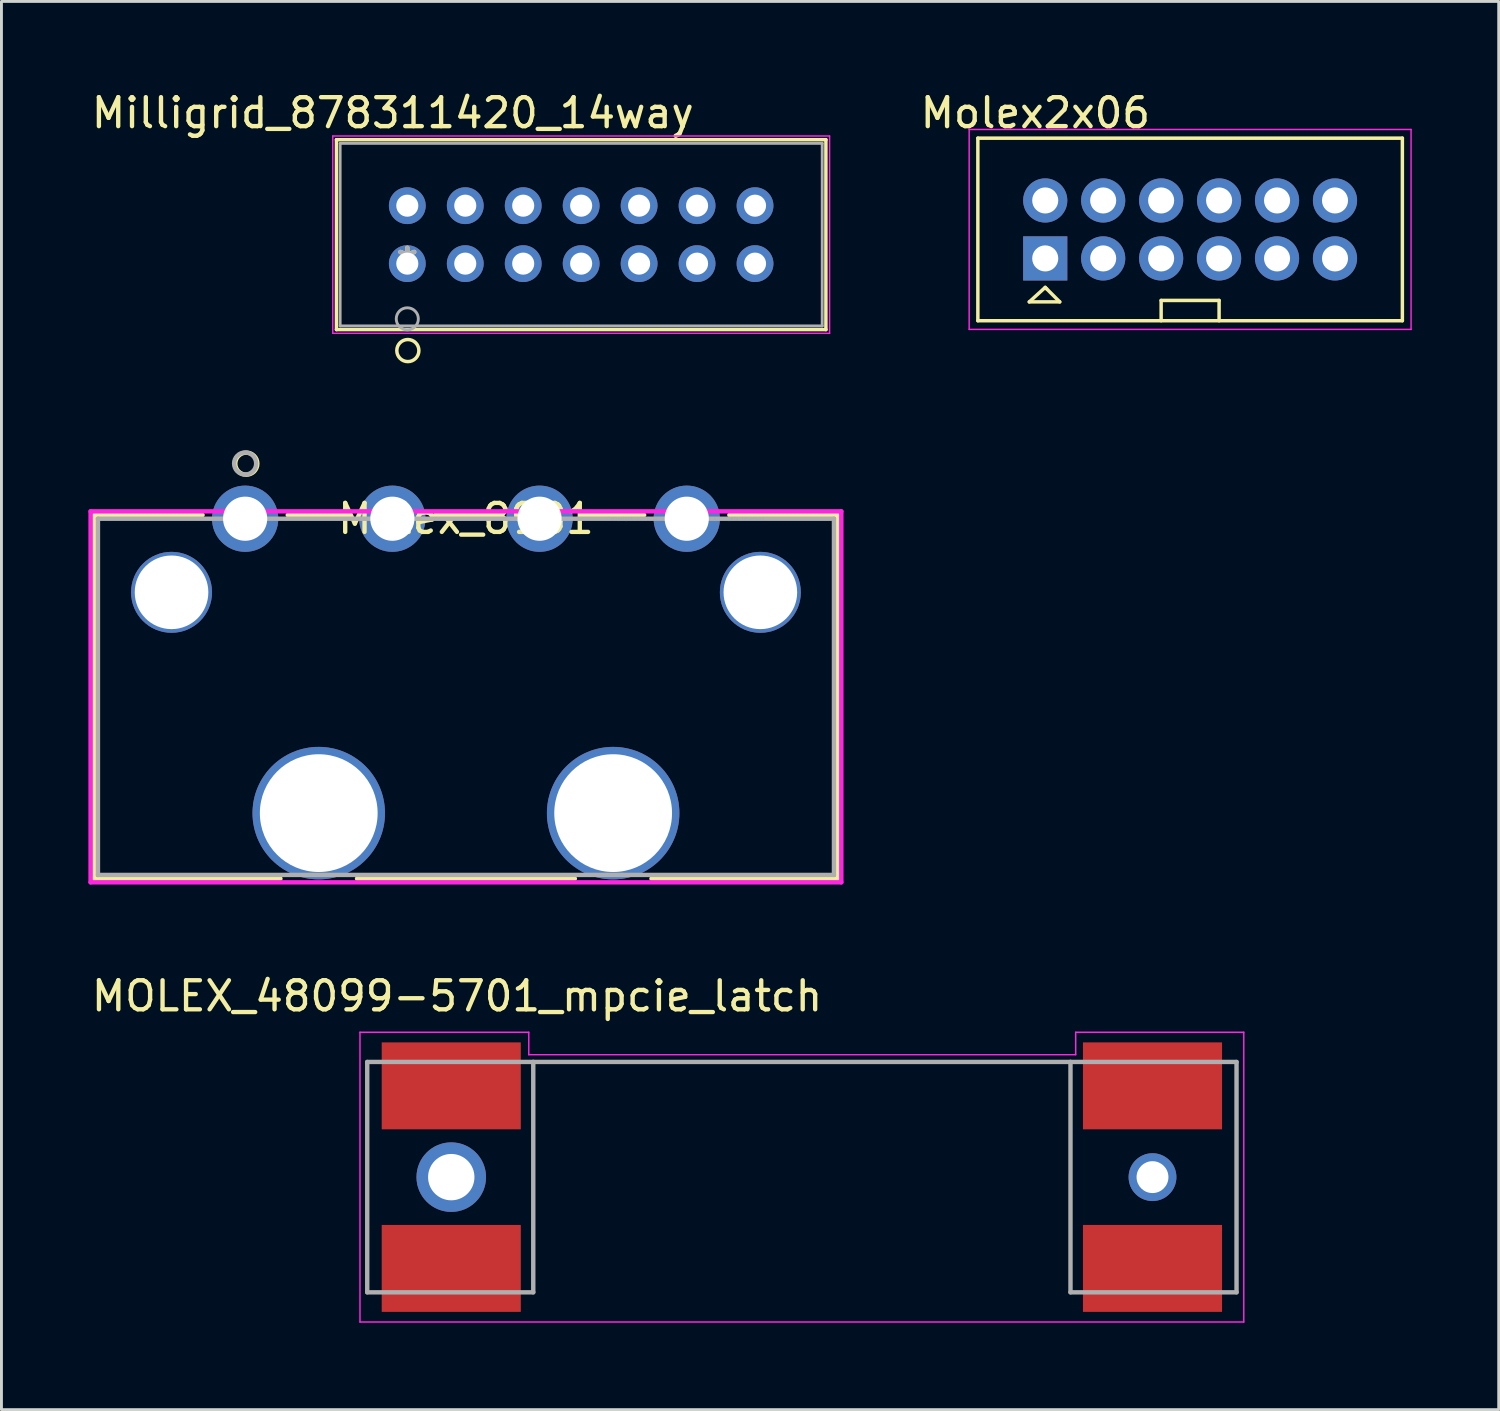
<source format=kicad_pcb>
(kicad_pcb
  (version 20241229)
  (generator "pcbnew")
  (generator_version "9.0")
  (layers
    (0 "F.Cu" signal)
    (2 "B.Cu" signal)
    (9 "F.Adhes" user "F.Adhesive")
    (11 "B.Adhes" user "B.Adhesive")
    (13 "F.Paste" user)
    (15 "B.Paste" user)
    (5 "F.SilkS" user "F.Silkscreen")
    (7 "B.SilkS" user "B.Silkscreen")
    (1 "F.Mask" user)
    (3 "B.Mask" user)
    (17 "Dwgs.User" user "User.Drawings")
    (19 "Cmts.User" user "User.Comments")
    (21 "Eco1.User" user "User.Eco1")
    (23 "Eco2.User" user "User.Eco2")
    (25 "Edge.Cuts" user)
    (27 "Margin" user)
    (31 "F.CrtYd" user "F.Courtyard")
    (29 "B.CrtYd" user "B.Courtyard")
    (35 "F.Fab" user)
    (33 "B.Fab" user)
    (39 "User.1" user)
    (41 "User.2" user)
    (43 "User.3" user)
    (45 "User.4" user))
  (footprint "Molex_8981"
    (layer "F.Cu")
    (at 20.65 14.851)
    (property "Reference" "Molex_8981" (at -7.62 0 0) (layer "F.SilkS") (effects (font (size 1 1) (thickness 0.15))))
    (attr through_hole)
    (fp_line (start -20.447 -0.127) (end -20.447 12.421) (stroke (width 0.152) (type solid)) (layer "F.SilkS"))
    (fp_line (start -20.447 12.421) (end -14.022 12.421) (stroke (width 0.152) (type solid)) (layer "F.SilkS"))
    (fp_line (start -16.71 -0.127) (end -20.447 -0.127) (stroke (width 0.152) (type solid)) (layer "F.SilkS"))
    (fp_line (start -11.63 -0.127) (end -13.77 -0.127) (stroke (width 0.152) (type solid)) (layer "F.SilkS"))
    (fp_line (start -11.378 12.421) (end -3.862 12.421) (stroke (width 0.152) (type solid)) (layer "F.SilkS"))
    (fp_line (start -6.55 -0.127) (end -8.69 -0.127) (stroke (width 0.152) (type solid)) (layer "F.SilkS"))
    (fp_line (start -1.47 -0.127) (end -3.61 -0.127) (stroke (width 0.152) (type solid)) (layer "F.SilkS"))
    (fp_line (start -1.218 12.421) (end 5.207 12.421) (stroke (width 0.152) (type solid)) (layer "F.SilkS"))
    (fp_line (start 5.207 -0.127) (end 1.47 -0.127) (stroke (width 0.152) (type solid)) (layer "F.SilkS"))
    (fp_line (start 5.207 12.421) (end 5.207 -0.127) (stroke (width 0.152) (type solid)) (layer "F.SilkS"))
    (fp_circle (center -15.2 -1.9) (end -14.819 -1.9) (stroke (width 0.152) (type solid)) (fill no) (layer "F.SilkS"))
    (fp_line (start -20.574 -0.254) (end -20.574 12.548) (stroke (width 0.152) (type solid)) (layer "F.CrtYd"))
    (fp_line (start -20.574 12.548) (end 5.334 12.548) (stroke (width 0.152) (type solid)) (layer "F.CrtYd"))
    (fp_line (start 5.334 -0.254) (end -20.574 -0.254) (stroke (width 0.152) (type solid)) (layer "F.CrtYd"))
    (fp_line (start 5.334 12.548) (end 5.334 -0.254) (stroke (width 0.152) (type solid)) (layer "F.CrtYd"))
    (fp_line (start -20.32 0) (end -20.32 12.294) (stroke (width 0.152) (type solid)) (layer "F.Fab"))
    (fp_line (start -20.32 12.294) (end 5.08 12.294) (stroke (width 0.152) (type solid)) (layer "F.Fab"))
    (fp_line (start 5.08 0) (end -20.32 0) (stroke (width 0.152) (type solid)) (layer "F.Fab"))
    (fp_line (start 5.08 12.294) (end 5.08 0) (stroke (width 0.152) (type solid)) (layer "F.Fab"))
    (fp_circle (center -15.24 -1.905) (end -14.859 -1.905) (stroke (width 0.152) (type solid)) (fill no) (layer "F.Fab"))
    (fp_text user "*" (at 0 0 0) (layer "F.SilkS") (effects (font (size 1 1) (thickness 0.15))))
    (fp_text user "Copyright 2016 Accelerated Designs. All rights reserved." (at 0 0 0) (layer "Cmts.User") (effects (font (size 0.127 0.127) (thickness 0.002))))
    (fp_text user "*" (at 0 0 0) (layer "F.Fab") (effects (font (size 1 1) (thickness 0.15))))
    (pad "1" thru_hole circle (at -15.24 0) (size 2.286 2.286) (drill 1.524) (layers "*.Cu" "*.Mask"))
    (pad "2" thru_hole circle (at -10.16 0) (size 2.286 2.286) (drill 1.524) (layers "*.Cu" "*.Mask"))
    (pad "3" thru_hole circle (at -5.08 0) (size 2.286 2.286) (drill 1.524) (layers "*.Cu" "*.Mask"))
    (pad "4" thru_hole circle (at 0 0) (size 2.286 2.286) (drill 1.524) (layers "*.Cu" "*.Mask"))
    (pad "5" thru_hole circle (at -17.78 2.54) (size 2.794 2.794) (drill 2.54) (layers "*.Cu" "*.Mask"))
    (pad "6" thru_hole circle (at 2.54 2.54) (size 2.794 2.794) (drill 2.54) (layers "*.Cu" "*.Mask"))
    (pad "7" thru_hole circle (at -12.7 10.16) (size 4.572 4.572) (drill 4.064) (layers "*.Cu" "*.Mask"))
    (pad "8" thru_hole circle (at -2.54 10.16) (size 4.572 4.572) (drill 4.064) (layers "*.Cu" "*.Mask")))
  (footprint "MOLEX_48099-5701_mpcie_latch"
    (layer "F.Cu")
    (at 24.623 37.573)
    (property "Reference" "MOLEX_48099-5701_mpcie_latch" (at -11.9 -6.248 0) (layer "F.SilkS") (effects (font (size 1.002 1.002) (thickness 0.15))))
    (attr through_hole)
    (fp_line (start -15.25 -5) (end -15.25 5) (stroke (width 0.05) (type solid)) (layer "F.CrtYd"))
    (fp_line (start -15.25 -5) (end -9.425 -5) (stroke (width 0.05) (type solid)) (layer "F.CrtYd"))
    (fp_line (start -15.25 5) (end 15.25 5) (stroke (width 0.05) (type solid)) (layer "F.CrtYd"))
    (fp_line (start -9.425 -5) (end -9.425 -4.225) (stroke (width 0.05) (type solid)) (layer "F.CrtYd"))
    (fp_line (start -9.425 -4.225) (end 9.45 -4.225) (stroke (width 0.05) (type solid)) (layer "F.CrtYd"))
    (fp_line (start 9.45 -5) (end 15.25 -5) (stroke (width 0.05) (type solid)) (layer "F.CrtYd"))
    (fp_line (start 9.45 -4.225) (end 9.45 -5) (stroke (width 0.05) (type solid)) (layer "F.CrtYd"))
    (fp_line (start 15.25 5) (end 15.25 -5) (stroke (width 0.05) (type solid)) (layer "F.CrtYd"))
    (fp_line (start -15 -3.975) (end -15 3.975) (stroke (width 0.152) (type solid)) (layer "F.Fab"))
    (fp_line (start -15 -3.975) (end -9.27 -3.975) (stroke (width 0.152) (type solid)) (layer "F.Fab"))
    (fp_line (start -15 3.975) (end -9.27 3.975) (stroke (width 0.152) (type solid)) (layer "F.Fab"))
    (fp_line (start -9.27 -3.975) (end 9.27 -3.975) (stroke (width 0.152) (type solid)) (layer "F.Fab"))
    (fp_line (start -9.27 3.975) (end -9.27 -3.975) (stroke (width 0.152) (type solid)) (layer "F.Fab"))
    (fp_line (start 9.27 -3.975) (end 15 -3.975) (stroke (width 0.152) (type solid)) (layer "F.Fab"))
    (fp_line (start 9.27 3.975) (end 9.27 -3.975) (stroke (width 0.152) (type solid)) (layer "F.Fab"))
    (fp_line (start 15 3.975) (end 9.27 3.975) (stroke (width 0.152) (type solid)) (layer "F.Fab"))
    (fp_line (start 15 3.975) (end 15 -3.975) (stroke (width 0.152) (type solid)) (layer "F.Fab"))
    (pad "1" smd rect (at -12.1 3.15) (size 4.8 3) (layers "F.Cu" "F.Mask" "F.Paste"))
    (pad "2" smd rect (at -12.1 -3.15) (size 4.8 3) (layers "F.Cu" "F.Mask" "F.Paste"))
    (pad "3" smd rect (at 12.1 3.15) (size 4.8 3) (layers "F.Cu" "F.Mask" "F.Paste"))
    (pad "4" smd rect (at 12.1 -3.15) (size 4.8 3) (layers "F.Cu" "F.Mask" "F.Paste"))
    (pad "5" thru_hole circle (at -12.1 0) (size 2.4 2.4) (drill 1.6) (layers "*.Cu" "*.Mask"))
    (pad "6" thru_hole circle (at 12.1 0) (size 1.65 1.65) (drill 1.1) (layers "*.Cu" "*.Mask")))
  (footprint "Milligrid_878311420_14way"
    (layer "F.Cu")
    (at 11.006 6.048)
    (property "Reference" "Milligrid_878311420_14way" (at -0.5 -5.2 0) (layer "F.SilkS") (effects (font (size 1 1) (thickness 0.15))))
    (attr through_hole)
    (fp_line (start -2.445 -4.277) (end -2.445 2.277) (stroke (width 0.12) (type solid)) (layer "F.SilkS"))
    (fp_line (start -2.445 2.277) (end 14.446 2.277) (stroke (width 0.12) (type solid)) (layer "F.SilkS"))
    (fp_line (start 14.446 -4.277) (end -2.445 -4.277) (stroke (width 0.12) (type solid)) (layer "F.SilkS"))
    (fp_line (start 14.446 2.277) (end 14.446 -4.277) (stroke (width 0.12) (type solid)) (layer "F.SilkS"))
    (fp_circle (center 0.019 3) (end 0.4 3) (stroke (width 0.12) (type solid)) (fill no) (layer "F.SilkS"))
    (fp_line (start -2.572 -4.404) (end -2.572 2.404) (stroke (width 0.05) (type solid)) (layer "F.CrtYd"))
    (fp_line (start -2.572 2.404) (end 14.573 2.404) (stroke (width 0.05) (type solid)) (layer "F.CrtYd"))
    (fp_line (start 14.573 -4.404) (end -2.572 -4.404) (stroke (width 0.05) (type solid)) (layer "F.CrtYd"))
    (fp_line (start 14.573 2.404) (end 14.573 -4.404) (stroke (width 0.05) (type solid)) (layer "F.CrtYd"))
    (fp_line (start -2.318 -4.15) (end -2.318 2.15) (stroke (width 0.1) (type solid)) (layer "F.Fab"))
    (fp_line (start -2.318 2.15) (end 14.319 2.15) (stroke (width 0.1) (type solid)) (layer "F.Fab"))
    (fp_line (start 14.319 -4.15) (end -2.318 -4.15) (stroke (width 0.1) (type solid)) (layer "F.Fab"))
    (fp_line (start 14.319 2.15) (end 14.319 -4.15) (stroke (width 0.1) (type solid)) (layer "F.Fab"))
    (fp_circle (center 0 1.905) (end 0.381 1.905) (stroke (width 0.1) (type solid)) (fill no) (layer "F.Fab"))
    (fp_text user "*" (at 0 0 0) (layer "F.SilkS") (effects (font (size 1 1) (thickness 0.15))))
    (fp_text user "*" (at 0 0 0) (layer "F.Fab") (effects (font (size 1 1) (thickness 0.15))))
    (pad "1" thru_hole circle (at 0 0.000001) (size 1.27 1.27) (drill 0.762) (layers "*.Cu" "*.Mask"))
    (pad "2" thru_hole circle (at 2 0.000001) (size 1.27 1.27) (drill 0.762) (layers "*.Cu" "*.Mask"))
    (pad "3" thru_hole circle (at 4 0.000001) (size 1.27 1.27) (drill 0.762) (layers "*.Cu" "*.Mask"))
    (pad "4" thru_hole circle (at 6 0.000001) (size 1.27 1.27) (drill 0.762) (layers "*.Cu" "*.Mask"))
    (pad "5" thru_hole circle (at 8 0.000001) (size 1.27 1.27) (drill 0.762) (layers "*.Cu" "*.Mask"))
    (pad "6" thru_hole circle (at 10 0.000001) (size 1.27 1.27) (drill 0.762) (layers "*.Cu" "*.Mask"))
    (pad "7" thru_hole circle (at 12 0.000001) (size 1.27 1.27) (drill 0.762) (layers "*.Cu" "*.Mask"))
    (pad "8" thru_hole circle (at 0 -2) (size 1.27 1.27) (drill 0.762) (layers "*.Cu" "*.Mask"))
    (pad "9" thru_hole circle (at 2 -2) (size 1.27 1.27) (drill 0.762) (layers "*.Cu" "*.Mask"))
    (pad "10" thru_hole circle (at 4 -2) (size 1.27 1.27) (drill 0.762) (layers "*.Cu" "*.Mask"))
    (pad "11" thru_hole circle (at 6 -2) (size 1.27 1.27) (drill 0.762) (layers "*.Cu" "*.Mask"))
    (pad "12" thru_hole circle (at 8 -2) (size 1.27 1.27) (drill 0.762) (layers "*.Cu" "*.Mask"))
    (pad "13" thru_hole circle (at 10 -2) (size 1.27 1.27) (drill 0.762) (layers "*.Cu" "*.Mask"))
    (pad "14" thru_hole circle (at 12 -2) (size 1.27 1.27) (drill 0.762) (layers "*.Cu" "*.Mask")))
  (footprint "Molex2x06"
    (layer "F.Cu")
    (at 38.021 4.868)
    (property "Reference" "Molex2x06" (at -5.34 -4.02 0) (layer "F.SilkS") (effects (font (size 1 1) (thickness 0.15))))
    (attr through_hole)
    (fp_line (start -7.325 -3.15) (end -7.325 3.15) (stroke (width 0.12) (type solid)) (layer "F.SilkS"))
    (fp_line (start -7.325 -3.15) (end 7.325 -3.15) (stroke (width 0.12) (type solid)) (layer "F.SilkS"))
    (fp_line (start -7.325 3.15) (end 7.325 3.15) (stroke (width 0.12) (type solid)) (layer "F.SilkS"))
    (fp_line (start -5.55 2.5) (end -4.5 2.5) (stroke (width 0.12) (type solid)) (layer "F.SilkS"))
    (fp_line (start -5 2) (end -5.55 2.5) (stroke (width 0.12) (type solid)) (layer "F.SilkS"))
    (fp_line (start -4.95 2.05) (end -5 2) (stroke (width 0.12) (type solid)) (layer "F.SilkS"))
    (fp_line (start -4.5 2.5) (end -4.95 2.05) (stroke (width 0.12) (type solid)) (layer "F.SilkS"))
    (fp_line (start -1 2.45) (end 1 2.45) (stroke (width 0.12) (type solid)) (layer "F.SilkS"))
    (fp_line (start -1 3.15) (end -1 2.45) (stroke (width 0.12) (type solid)) (layer "F.SilkS"))
    (fp_line (start 1 2.45) (end 1 3.15) (stroke (width 0.12) (type solid)) (layer "F.SilkS"))
    (fp_line (start 7.325 -3.15) (end 7.325 3.15) (stroke (width 0.12) (type solid)) (layer "F.SilkS"))
    (fp_line (start -7.625 -3.45) (end -7.625 3.45) (stroke (width 0.05) (type solid)) (layer "F.CrtYd"))
    (fp_line (start -7.625 -3.45) (end 7.625 -3.45) (stroke (width 0.05) (type solid)) (layer "F.CrtYd"))
    (fp_line (start -7.625 3.45) (end 7.625 3.45) (stroke (width 0.05) (type solid)) (layer "F.CrtYd"))
    (fp_line (start 7.625 -3.45) (end 7.625 3.45) (stroke (width 0.05) (type solid)) (layer "F.CrtYd"))
    (pad "1" thru_hole rect (at -5 1) (size 1.524 1.524) (drill 0.9) (layers "*.Cu" "*.Mask"))
    (pad "2" thru_hole circle (at -3 1) (size 1.524 1.524) (drill 0.9) (layers "*.Cu" "*.Mask"))
    (pad "3" thru_hole circle (at -1 1) (size 1.524 1.524) (drill 0.9) (layers "*.Cu" "*.Mask"))
    (pad "4" thru_hole circle (at 1 1) (size 1.524 1.524) (drill 0.9) (layers "*.Cu" "*.Mask"))
    (pad "5" thru_hole circle (at 3 1) (size 1.524 1.524) (drill 0.9) (layers "*.Cu" "*.Mask"))
    (pad "6" thru_hole circle (at 5 1) (size 1.524 1.524) (drill 0.9) (layers "*.Cu" "*.Mask"))
    (pad "7" thru_hole circle (at 5 -1) (size 1.524 1.524) (drill 0.9) (layers "*.Cu" "*.Mask"))
    (pad "8" thru_hole circle (at 3 -1) (size 1.524 1.524) (drill 0.9) (layers "*.Cu" "*.Mask"))
    (pad "9" thru_hole circle (at 1 -1) (size 1.524 1.524) (drill 0.9) (layers "*.Cu" "*.Mask"))
    (pad "10" thru_hole circle (at -1 -1) (size 1.524 1.524) (drill 0.9) (layers "*.Cu" "*.Mask"))
    (pad "11" thru_hole circle (at -3 -1) (size 1.524 1.524) (drill 0.9) (layers "*.Cu" "*.Mask"))
    (pad "12" thru_hole circle (at -5 -1) (size 1.524 1.524) (drill 0.9) (layers "*.Cu" "*.Mask")))
  (gr_rect
    (start -3 -3)
    (end 48.671 45.598)
    (stroke (width 0.1) (type default))
    (fill no)
    (layer "Edge.Cuts")))
</source>
